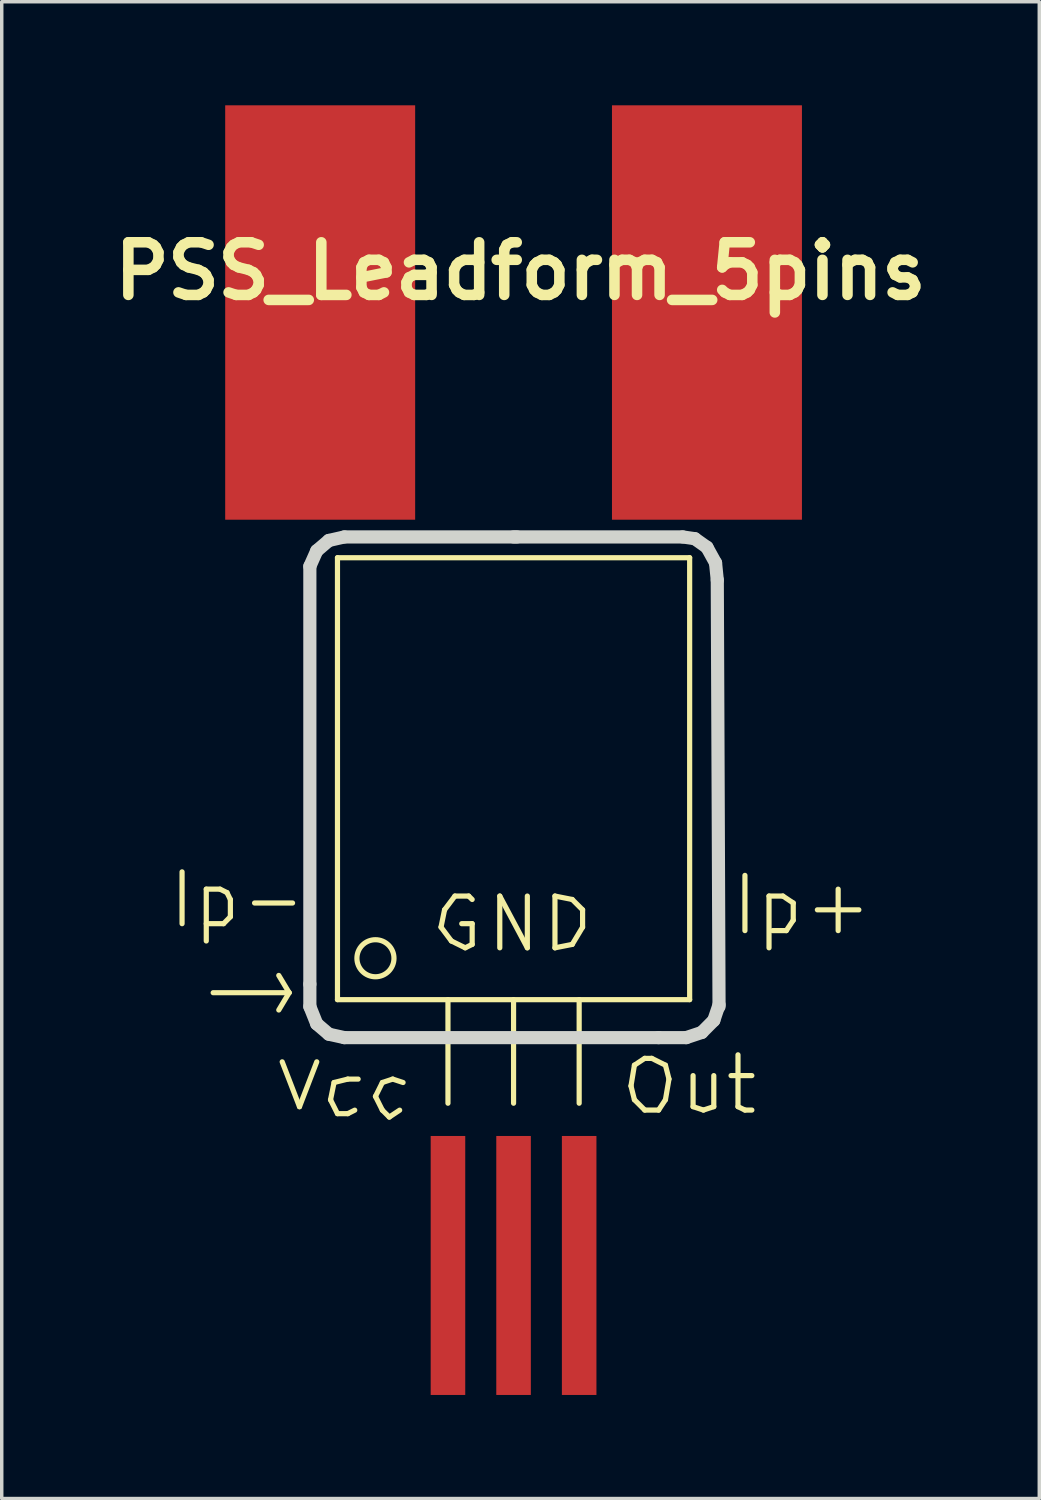
<source format=kicad_pcb>
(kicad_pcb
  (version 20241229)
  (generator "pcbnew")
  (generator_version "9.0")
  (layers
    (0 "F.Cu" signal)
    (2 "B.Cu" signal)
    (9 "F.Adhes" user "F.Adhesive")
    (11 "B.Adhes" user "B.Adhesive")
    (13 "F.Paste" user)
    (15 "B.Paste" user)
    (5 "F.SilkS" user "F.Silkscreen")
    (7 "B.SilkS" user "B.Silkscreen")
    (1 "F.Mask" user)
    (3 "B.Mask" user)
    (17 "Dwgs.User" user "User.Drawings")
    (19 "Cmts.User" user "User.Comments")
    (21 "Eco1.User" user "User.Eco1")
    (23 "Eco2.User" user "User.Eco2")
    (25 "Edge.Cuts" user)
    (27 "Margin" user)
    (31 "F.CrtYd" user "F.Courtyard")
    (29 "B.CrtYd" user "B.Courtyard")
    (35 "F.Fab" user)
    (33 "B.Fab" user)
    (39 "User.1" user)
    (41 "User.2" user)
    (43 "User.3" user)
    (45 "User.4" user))
  (footprint "PSS_Leadform_5pins"
    (layer "F.Cu")
    (at 11.824 19.702)
    (property "Reference" "PSS_Leadform_5pins" (at 0.201 -14.9 0) (layer "F.SilkS") (effects (font (size 1.524 1.524) (thickness 0.305))))
    (attr through_hole)
    (fp_line (start -9.601 2.499) (end -9.601 4) (stroke (width 0.15) (type solid)) (layer "F.SilkS"))
    (fp_line (start -8.9 3) (end -8.9 4.501) (stroke (width 0.15) (type solid)) (layer "F.SilkS"))
    (fp_line (start -8.9 3) (end -8.501 3) (stroke (width 0.15) (type solid)) (layer "F.SilkS"))
    (fp_line (start -8.501 3) (end -8.301 3.099) (stroke (width 0.15) (type solid)) (layer "F.SilkS"))
    (fp_line (start -8.4 4) (end -8.9 4) (stroke (width 0.15) (type solid)) (layer "F.SilkS"))
    (fp_line (start -8.301 3.099) (end -8.202 3.299) (stroke (width 0.15) (type solid)) (layer "F.SilkS"))
    (fp_line (start -8.202 3.299) (end -8.202 3.8) (stroke (width 0.15) (type solid)) (layer "F.SilkS"))
    (fp_line (start -8.202 3.8) (end -8.4 4) (stroke (width 0.15) (type solid)) (layer "F.SilkS"))
    (fp_line (start -6.701 8.001) (end -6.2 9.301) (stroke (width 0.15) (type solid)) (layer "F.SilkS"))
    (fp_line (start -6.5 5.999) (end -8.7 5.999) (stroke (width 0.15) (type solid)) (layer "F.SilkS"))
    (fp_line (start -6.5 5.999) (end -6.8 5.499) (stroke (width 0.15) (type solid)) (layer "F.SilkS"))
    (fp_line (start -6.5 5.999) (end -6.8 6.5) (stroke (width 0.15) (type solid)) (layer "F.SilkS"))
    (fp_line (start -6.401 3.401) (end -7.501 3.401) (stroke (width 0.15) (type solid)) (layer "F.SilkS"))
    (fp_line (start -6.2 9.301) (end -5.7 8.001) (stroke (width 0.15) (type solid)) (layer "F.SilkS"))
    (fp_line (start -5.301 9.101) (end -5.1 9.502) (stroke (width 0.15) (type solid)) (layer "F.SilkS"))
    (fp_line (start -5.199 8.6) (end -5.301 9.101) (stroke (width 0.15) (type solid)) (layer "F.SilkS"))
    (fp_line (start -5.1 -6.599) (end 5.1 -6.599) (stroke (width 0.15) (type solid)) (layer "F.SilkS"))
    (fp_line (start -5.1 6.2) (end -5.1 -6.599) (stroke (width 0.15) (type solid)) (layer "F.SilkS"))
    (fp_line (start -5.1 9.502) (end -4.801 9.502) (stroke (width 0.15) (type solid)) (layer "F.SilkS"))
    (fp_line (start -4.801 8.501) (end -5.199 8.6) (stroke (width 0.15) (type solid)) (layer "F.SilkS"))
    (fp_line (start -4.801 9.502) (end -4.6 9.401) (stroke (width 0.15) (type solid)) (layer "F.SilkS"))
    (fp_line (start -4.501 8.501) (end -4.801 8.501) (stroke (width 0.15) (type solid)) (layer "F.SilkS"))
    (fp_line (start -4 9.002) (end -3.8 9.401) (stroke (width 0.15) (type solid)) (layer "F.SilkS"))
    (fp_line (start -3.8 8.6) (end -4 9.002) (stroke (width 0.15) (type solid)) (layer "F.SilkS"))
    (fp_line (start -3.8 9.401) (end -3.599 9.601) (stroke (width 0.15) (type solid)) (layer "F.SilkS"))
    (fp_line (start -3.599 9.601) (end -3.299 9.401) (stroke (width 0.15) (type solid)) (layer "F.SilkS"))
    (fp_line (start -3.5 8.501) (end -3.8 8.6) (stroke (width 0.15) (type solid)) (layer "F.SilkS"))
    (fp_line (start -3.2 8.6) (end -3.5 8.501) (stroke (width 0.15) (type solid)) (layer "F.SilkS"))
    (fp_line (start -2.101 4.1) (end -1.801 4.501) (stroke (width 0.15) (type solid)) (layer "F.SilkS"))
    (fp_line (start -1.999 3.599) (end -2.101 4.1) (stroke (width 0.15) (type solid)) (layer "F.SilkS"))
    (fp_line (start -1.9 6.2) (end -1.9 9.2) (stroke (width 0.15) (type solid)) (layer "F.SilkS"))
    (fp_line (start -1.801 4.501) (end -1.4 4.699) (stroke (width 0.15) (type solid)) (layer "F.SilkS"))
    (fp_line (start -1.699 3.2) (end -1.999 3.599) (stroke (width 0.15) (type solid)) (layer "F.SilkS"))
    (fp_line (start -1.4 4.699) (end -1.199 4.6) (stroke (width 0.15) (type solid)) (layer "F.SilkS"))
    (fp_line (start -1.3 3.2) (end -1.699 3.2) (stroke (width 0.15) (type solid)) (layer "F.SilkS"))
    (fp_line (start -1.199 3.299) (end -1.3 3.2) (stroke (width 0.15) (type solid)) (layer "F.SilkS"))
    (fp_line (start -1.199 4) (end -1.501 4) (stroke (width 0.15) (type solid)) (layer "F.SilkS"))
    (fp_line (start -1.199 4.6) (end -1.199 4) (stroke (width 0.15) (type solid)) (layer "F.SilkS"))
    (fp_line (start -0.399 3.2) (end 0.399 4.699) (stroke (width 0.15) (type solid)) (layer "F.SilkS"))
    (fp_line (start -0.399 4.699) (end -0.399 3.2) (stroke (width 0.15) (type solid)) (layer "F.SilkS"))
    (fp_line (start 0 6.2) (end 0 9.2) (stroke (width 0.15) (type solid)) (layer "F.SilkS"))
    (fp_line (start 0.399 4.699) (end 0.399 3.2) (stroke (width 0.15) (type solid)) (layer "F.SilkS"))
    (fp_line (start 1.199 3.2) (end 1.199 4.699) (stroke (width 0.15) (type solid)) (layer "F.SilkS"))
    (fp_line (start 1.199 4.699) (end 1.699 4.6) (stroke (width 0.15) (type solid)) (layer "F.SilkS"))
    (fp_line (start 1.699 3.299) (end 1.199 3.2) (stroke (width 0.15) (type solid)) (layer "F.SilkS"))
    (fp_line (start 1.699 4.6) (end 1.999 4.1) (stroke (width 0.15) (type solid)) (layer "F.SilkS"))
    (fp_line (start 1.9 6.2) (end 1.9 9.2) (stroke (width 0.15) (type solid)) (layer "F.SilkS"))
    (fp_line (start 1.999 3.599) (end 1.699 3.299) (stroke (width 0.15) (type solid)) (layer "F.SilkS"))
    (fp_line (start 1.999 4.1) (end 1.999 3.599) (stroke (width 0.15) (type solid)) (layer "F.SilkS"))
    (fp_line (start 3.401 8.7) (end 3.5 9.098) (stroke (width 0.15) (type solid)) (layer "F.SilkS"))
    (fp_line (start 3.5 8.098) (end 3.401 8.7) (stroke (width 0.15) (type solid)) (layer "F.SilkS"))
    (fp_line (start 3.5 9.098) (end 3.8 9.398) (stroke (width 0.15) (type solid)) (layer "F.SilkS"))
    (fp_line (start 3.8 7.899) (end 3.5 8.098) (stroke (width 0.15) (type solid)) (layer "F.SilkS"))
    (fp_line (start 3.8 9.398) (end 4.201 9.398) (stroke (width 0.15) (type solid)) (layer "F.SilkS"))
    (fp_line (start 4 7.902) (end 3.8 7.902) (stroke (width 0.15) (type solid)) (layer "F.SilkS"))
    (fp_line (start 4.201 9.398) (end 4.399 9.098) (stroke (width 0.15) (type solid)) (layer "F.SilkS"))
    (fp_line (start 4.399 8.098) (end 4 7.899) (stroke (width 0.15) (type solid)) (layer "F.SilkS"))
    (fp_line (start 4.399 9.098) (end 4.501 8.499) (stroke (width 0.15) (type solid)) (layer "F.SilkS"))
    (fp_line (start 4.501 8.499) (end 4.399 8.098) (stroke (width 0.15) (type solid)) (layer "F.SilkS"))
    (fp_line (start 5.1 -6.599) (end 5.1 6.2) (stroke (width 0.15) (type solid)) (layer "F.SilkS"))
    (fp_line (start 5.1 6.2) (end -5.1 6.2) (stroke (width 0.15) (type solid)) (layer "F.SilkS"))
    (fp_line (start 5.199 8.4) (end 5.199 9.299) (stroke (width 0.15) (type solid)) (layer "F.SilkS"))
    (fp_line (start 5.199 9.299) (end 5.499 9.398) (stroke (width 0.15) (type solid)) (layer "F.SilkS"))
    (fp_line (start 5.499 9.398) (end 5.799 9.299) (stroke (width 0.15) (type solid)) (layer "F.SilkS"))
    (fp_line (start 5.799 9.299) (end 5.799 8.4) (stroke (width 0.15) (type solid)) (layer "F.SilkS"))
    (fp_line (start 6.5 7.798) (end 6.5 9.299) (stroke (width 0.15) (type solid)) (layer "F.SilkS"))
    (fp_line (start 6.5 9.299) (end 6.701 9.398) (stroke (width 0.15) (type solid)) (layer "F.SilkS"))
    (fp_line (start 6.701 2.601) (end 6.701 4.201) (stroke (width 0.15) (type solid)) (layer "F.SilkS"))
    (fp_line (start 6.701 9.398) (end 6.901 9.398) (stroke (width 0.15) (type solid)) (layer "F.SilkS"))
    (fp_line (start 6.901 8.4) (end 6.299 8.4) (stroke (width 0.15) (type solid)) (layer "F.SilkS"))
    (fp_line (start 7.399 3.2) (end 7.399 4.699) (stroke (width 0.15) (type solid)) (layer "F.SilkS"))
    (fp_line (start 7.399 3.2) (end 7.8 3.2) (stroke (width 0.15) (type solid)) (layer "F.SilkS"))
    (fp_line (start 7.8 3.2) (end 8.1 3.401) (stroke (width 0.15) (type solid)) (layer "F.SilkS"))
    (fp_line (start 7.899 4.201) (end 7.501 4.201) (stroke (width 0.15) (type solid)) (layer "F.SilkS"))
    (fp_line (start 8.1 3.401) (end 8.1 3.899) (stroke (width 0.15) (type solid)) (layer "F.SilkS"))
    (fp_line (start 8.1 3.899) (end 7.899 4.201) (stroke (width 0.15) (type solid)) (layer "F.SilkS"))
    (fp_line (start 9.401 3) (end 9.401 4.201) (stroke (width 0.15) (type solid)) (layer "F.SilkS"))
    (fp_line (start 10 3.599) (end 8.799 3.599) (stroke (width 0.15) (type solid)) (layer "F.SilkS"))
    (fp_circle (center -4 5.001) (end -3.8 5.499) (stroke (width 0.15) (type solid)) (fill no) (layer "F.SilkS"))
    (fp_line (start -5.9 -6.35) (end -5.7 -6.8) (stroke (width 0.381) (type solid)) (layer "Edge.Cuts"))
    (fp_line (start -5.9 5.751) (end -5.9 -6.35) (stroke (width 0.381) (type solid)) (layer "Edge.Cuts"))
    (fp_line (start -5.9 6.401) (end -5.9 5.751) (stroke (width 0.381) (type solid)) (layer "Edge.Cuts"))
    (fp_line (start -5.7 -6.8) (end -5.349 -7.099) (stroke (width 0.381) (type solid)) (layer "Edge.Cuts"))
    (fp_line (start -5.7 6.901) (end -5.9 6.401) (stroke (width 0.381) (type solid)) (layer "Edge.Cuts"))
    (fp_line (start -5.349 -7.099) (end -4.9 -7.201) (stroke (width 0.381) (type solid)) (layer "Edge.Cuts"))
    (fp_line (start -5.349 7.201) (end -5.7 6.901) (stroke (width 0.381) (type solid)) (layer "Edge.Cuts"))
    (fp_line (start -4.9 -7.201) (end 0.099 -7.201) (stroke (width 0.381) (type solid)) (layer "Edge.Cuts"))
    (fp_line (start -4.9 7.3) (end -5.349 7.201) (stroke (width 0.381) (type solid)) (layer "Edge.Cuts"))
    (fp_line (start 0 -7.201) (end 4.9 -7.201) (stroke (width 0.381) (type solid)) (layer "Edge.Cuts"))
    (fp_line (start 4.201 7.3) (end -4.9 7.3) (stroke (width 0.381) (type solid)) (layer "Edge.Cuts"))
    (fp_line (start 4.9 -7.201) (end 5.25 -7.15) (stroke (width 0.381) (type solid)) (layer "Edge.Cuts"))
    (fp_line (start 5.001 7.3) (end 4.201 7.3) (stroke (width 0.381) (type solid)) (layer "Edge.Cuts"))
    (fp_line (start 5.25 -7.15) (end 5.601 -6.901) (stroke (width 0.381) (type solid)) (layer "Edge.Cuts"))
    (fp_line (start 5.451 7.15) (end 5.001 7.3) (stroke (width 0.381) (type solid)) (layer "Edge.Cuts"))
    (fp_line (start 5.601 -6.901) (end 5.85 -6.449) (stroke (width 0.381) (type solid)) (layer "Edge.Cuts"))
    (fp_line (start 5.799 6.8) (end 5.451 7.15) (stroke (width 0.381) (type solid)) (layer "Edge.Cuts"))
    (fp_line (start 5.85 -6.449) (end 5.9 -5.951) (stroke (width 0.381) (type solid)) (layer "Edge.Cuts"))
    (fp_line (start 5.9 -5.951) (end 5.951 6.401) (stroke (width 0.381) (type solid)) (layer "Edge.Cuts"))
    (fp_line (start 5.951 6.35) (end 5.799 6.8) (stroke (width 0.381) (type solid)) (layer "Edge.Cuts"))
    (pad "1" smd rect (at -1.9 13.899) (size 1.001 7.501) (layers "F.Cu" "F.Mask" "F.Paste"))
    (pad "2" smd rect (at 0 13.899) (size 1.001 7.501) (layers "F.Cu" "F.Mask" "F.Paste"))
    (pad "3" smd rect (at 1.9 13.899) (size 1.001 7.501) (layers "F.Cu" "F.Mask" "F.Paste"))
    (pad "4" smd rect (at 5.601 -13.701) (size 5.502 12.002) (layers "F.Cu" "F.Mask" "F.Paste"))
    (pad "5" smd rect (at -5.601 -13.701) (size 5.502 12.002) (layers "F.Cu" "F.Mask" "F.Paste")))
  (gr_rect
    (start -3 -3)
    (end 27.05 40.351)
    (stroke (width 0.1) (type default))
    (fill no)
    (layer "Edge.Cuts")))
</source>
